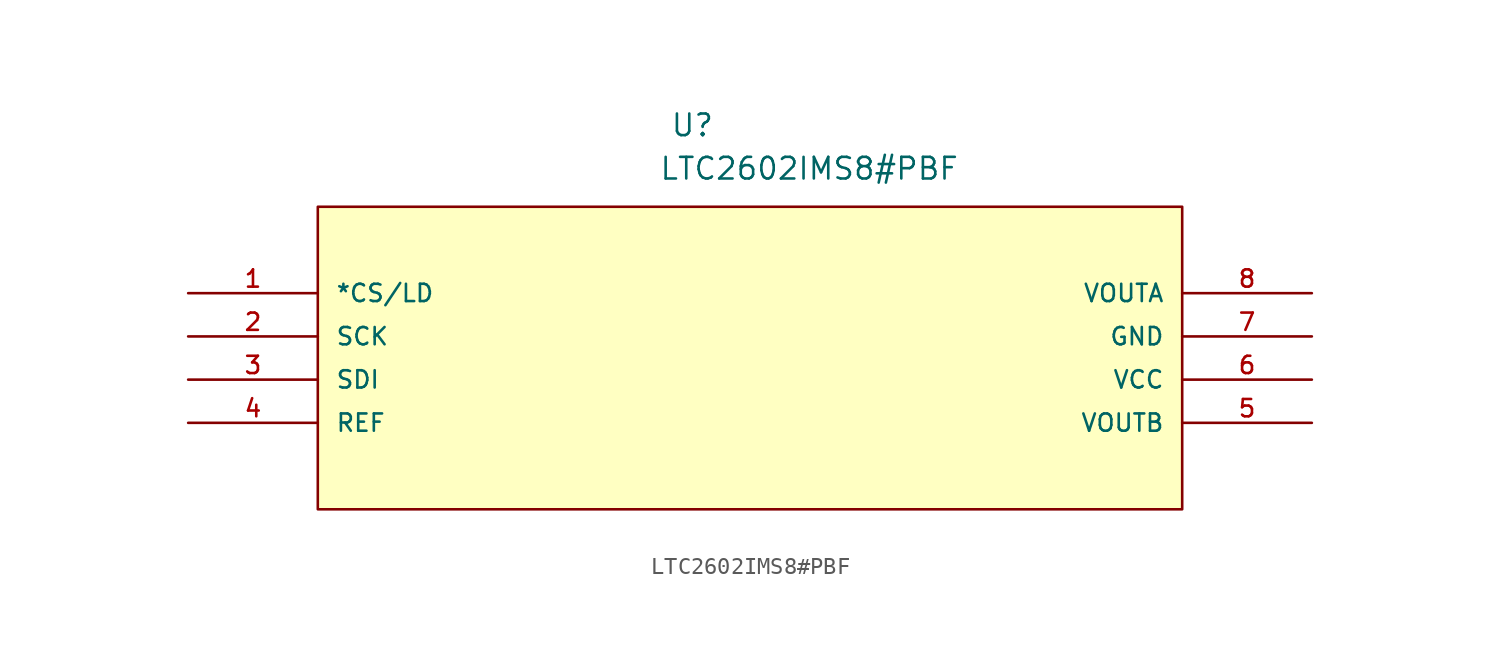
<source format=kicad_sym>
(kicad_symbol_lib
  (version 20211014)
  (generator kicad_symbol_editor)
  (symbol "LTC2602IMS8#PBF"
    (pin_names
      (offset 1.016))
    (property "Reference" "U"
      (at 28.323 9.127 0.0)
      (effects (font (size 1.27 1.27)) (justify bottom left)))
    (property "Value" "LTC2602IMS8#PBF"
      (at 27.661 6.579 0.0)
      (effects (font (size 1.27 1.27)) (justify bottom left)))
    (symbol "LTC2602IMS8#PBF_0_0"
      (rectangle (start 7.62 -12.7) (end 58.42 5.08) (stroke (width 0.152)) (fill (type background)))
      (pin input line (at 0.0 0.0 0) (length 7.62) (name "*CS/LD" (effects (font (size 1.016 1.016)))) (number "1" (effects (font (size 1.016 1.016)))))
      (pin input line (at 0.0 -2.54 0) (length 7.62) (name "SCK" (effects (font (size 1.016 1.016)))) (number "2" (effects (font (size 1.016 1.016)))))
      (pin input line (at 0.0 -5.08 0) (length 7.62) (name "SDI" (effects (font (size 1.016 1.016)))) (number "3" (effects (font (size 1.016 1.016)))))
      (pin input line (at 0.0 -7.62 0) (length 7.62) (name "REF" (effects (font (size 1.016 1.016)))) (number "4" (effects (font (size 1.016 1.016)))))
      (pin output line (at 66.04 -7.62 180.0) (length 7.62) (name "VOUTB" (effects (font (size 1.016 1.016)))) (number "5" (effects (font (size 1.016 1.016)))))
      (pin power_in line (at 66.04 -5.08 180.0) (length 7.62) (name "VCC" (effects (font (size 1.016 1.016)))) (number "6" (effects (font (size 1.016 1.016)))))
      (pin power_in line (at 66.04 -2.54 180.0) (length 7.62) (name "GND" (effects (font (size 1.016 1.016)))) (number "7" (effects (font (size 1.016 1.016)))))
      (pin output line (at 66.04 0.0 180.0) (length 7.62) (name "VOUTA" (effects (font (size 1.016 1.016)))) (number "8" (effects (font (size 1.016 1.016))))))))
</source>
